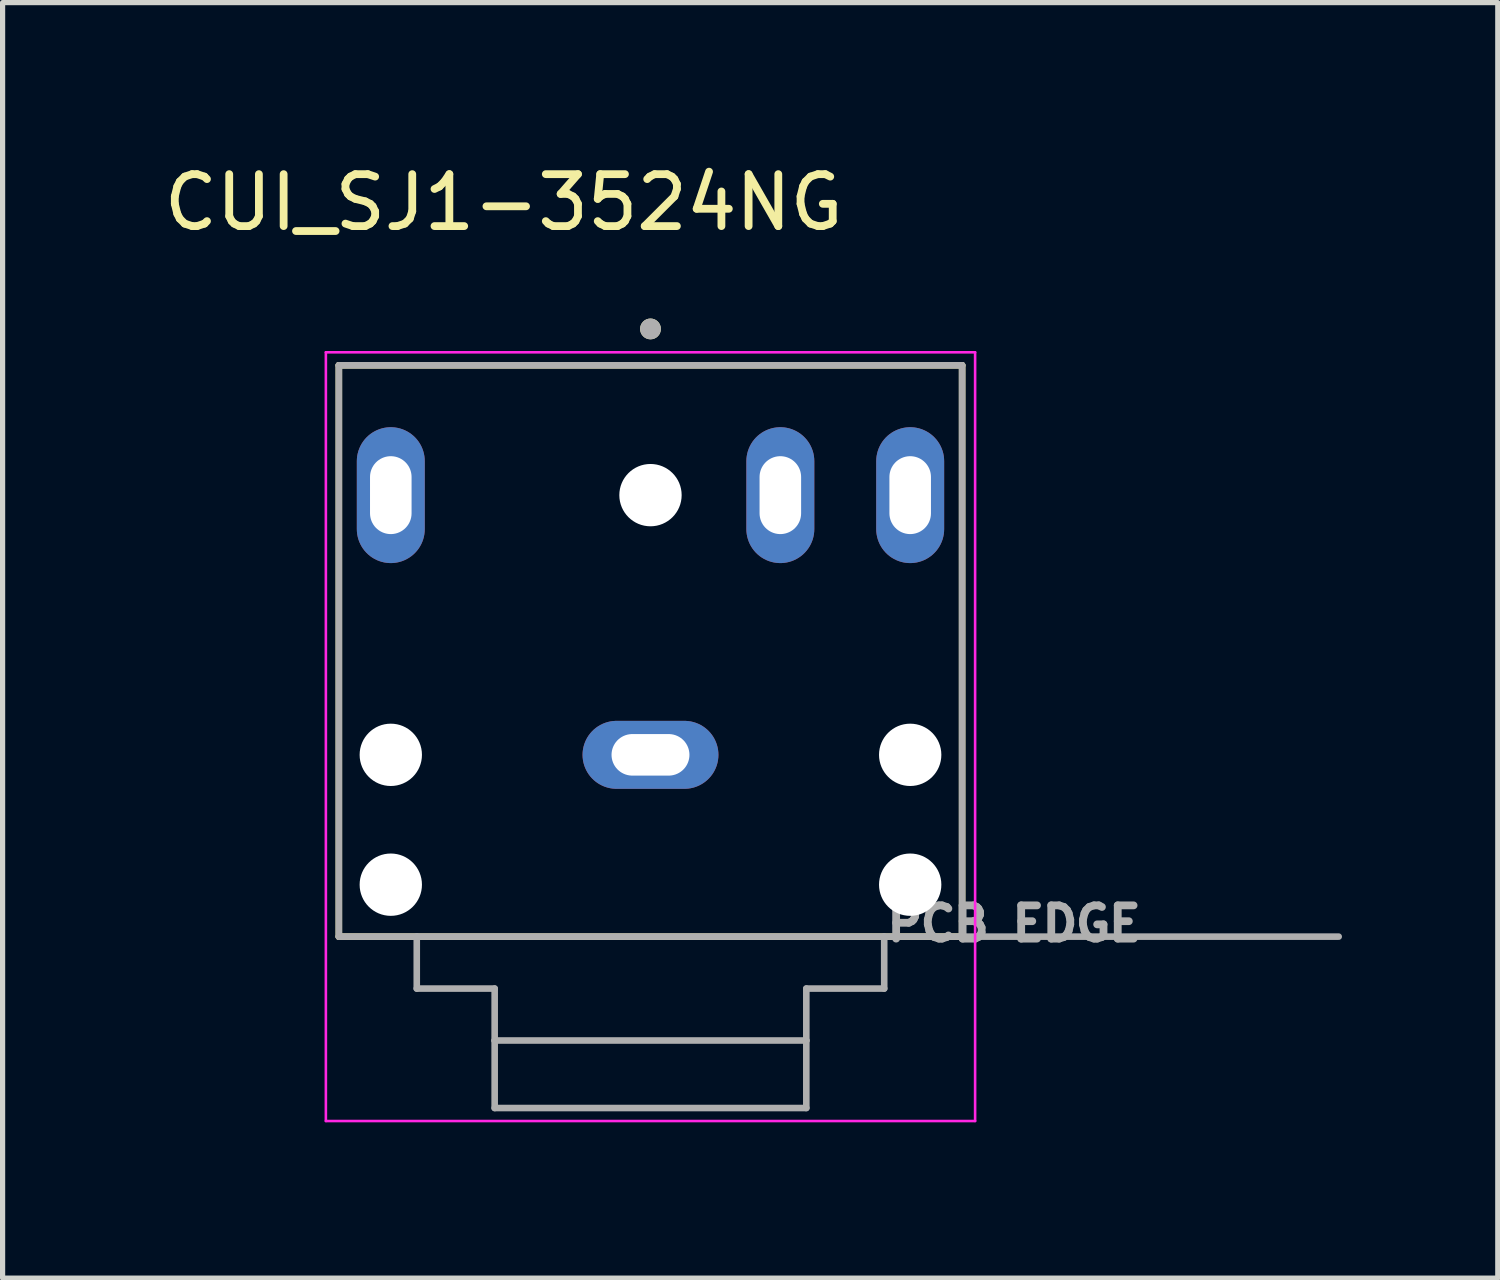
<source format=kicad_pcb>
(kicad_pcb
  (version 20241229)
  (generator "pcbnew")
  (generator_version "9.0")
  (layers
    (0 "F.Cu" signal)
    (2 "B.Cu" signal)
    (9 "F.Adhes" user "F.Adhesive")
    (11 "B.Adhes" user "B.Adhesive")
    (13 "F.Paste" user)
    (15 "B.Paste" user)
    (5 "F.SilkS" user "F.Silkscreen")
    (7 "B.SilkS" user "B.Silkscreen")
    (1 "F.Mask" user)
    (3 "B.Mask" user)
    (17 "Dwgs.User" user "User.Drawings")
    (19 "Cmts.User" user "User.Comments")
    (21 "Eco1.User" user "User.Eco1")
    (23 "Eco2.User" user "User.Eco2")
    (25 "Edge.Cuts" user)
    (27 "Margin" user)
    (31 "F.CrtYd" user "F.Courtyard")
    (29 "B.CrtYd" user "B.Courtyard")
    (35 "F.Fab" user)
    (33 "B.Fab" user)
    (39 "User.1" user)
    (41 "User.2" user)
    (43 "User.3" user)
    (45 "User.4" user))
  (footprint "CUI_SJ1-3524NG"
    (layer "F.Cu")
    (at 9.474 11.483)
    (property "Reference" "CUI_SJ1-3524NG" (at -2.825 -10.635 0) (layer "F.SilkS") (effects (font (size 1 1) (thickness 0.15))))
    (attr through_hole)
    (fp_line (start -6 -7.5) (end -6 3.5) (stroke (width 0.127) (type solid)) (layer "F.SilkS"))
    (fp_line (start -6 -7.5) (end 6 -7.5) (stroke (width 0.127) (type solid)) (layer "F.SilkS"))
    (fp_line (start -6 3.5) (end 6 3.5) (stroke (width 0.127) (type solid)) (layer "F.SilkS"))
    (fp_line (start 6 -7.5) (end 6 3.5) (stroke (width 0.127) (type solid)) (layer "F.SilkS"))
    (fp_circle (center 0 -8.2) (end 0.1 -8.2) (stroke (width 0.2) (type solid)) (fill no) (layer "F.SilkS"))
    (fp_line (start -6.25 -7.75) (end -6.25 7.05) (stroke (width 0.05) (type solid)) (layer "F.CrtYd"))
    (fp_line (start -6.25 7.05) (end 6.25 7.05) (stroke (width 0.05) (type solid)) (layer "F.CrtYd"))
    (fp_line (start 6.25 -7.75) (end -6.25 -7.75) (stroke (width 0.05) (type solid)) (layer "F.CrtYd"))
    (fp_line (start 6.25 7.05) (end 6.25 -7.75) (stroke (width 0.05) (type solid)) (layer "F.CrtYd"))
    (fp_line (start -6 -7.5) (end -6 3.5) (stroke (width 0.127) (type solid)) (layer "F.Fab"))
    (fp_line (start -6 -7.5) (end 6 -7.5) (stroke (width 0.127) (type solid)) (layer "F.Fab"))
    (fp_line (start -6 3.5) (end -4.5 3.5) (stroke (width 0.127) (type solid)) (layer "F.Fab"))
    (fp_line (start -4.5 3.5) (end -4.5 4.5) (stroke (width 0.127) (type solid)) (layer "F.Fab"))
    (fp_line (start -4.5 3.5) (end 4.5 3.5) (stroke (width 0.127) (type solid)) (layer "F.Fab"))
    (fp_line (start -4.5 4.5) (end -3 4.5) (stroke (width 0.127) (type solid)) (layer "F.Fab"))
    (fp_line (start -3 4.5) (end -3 5.5) (stroke (width 0.127) (type solid)) (layer "F.Fab"))
    (fp_line (start -3 5.5) (end -3 6.8) (stroke (width 0.127) (type solid)) (layer "F.Fab"))
    (fp_line (start -3 5.5) (end 3 5.5) (stroke (width 0.127) (type solid)) (layer "F.Fab"))
    (fp_line (start -3 6.8) (end 3 6.8) (stroke (width 0.127) (type solid)) (layer "F.Fab"))
    (fp_line (start 3 4.5) (end 4.5 4.5) (stroke (width 0.127) (type solid)) (layer "F.Fab"))
    (fp_line (start 3 5.5) (end 3 4.5) (stroke (width 0.127) (type solid)) (layer "F.Fab"))
    (fp_line (start 3 6.8) (end 3 5.5) (stroke (width 0.127) (type solid)) (layer "F.Fab"))
    (fp_line (start 4.5 3.5) (end 6 3.5) (stroke (width 0.127) (type solid)) (layer "F.Fab"))
    (fp_line (start 4.5 4.5) (end 4.5 3.5) (stroke (width 0.127) (type solid)) (layer "F.Fab"))
    (fp_line (start 6 -7.5) (end 6 3.5) (stroke (width 0.127) (type solid)) (layer "F.Fab"))
    (fp_line (start 6 3.5) (end 13.25 3.5) (stroke (width 0.127) (type solid)) (layer "F.Fab"))
    (fp_circle (center 0 -8.2) (end 0.1 -8.2) (stroke (width 0.2) (type solid)) (fill no) (layer "F.Fab"))
    (fp_text user "PCB EDGE" (at 7 3.25 0) (layer "F.Fab") (effects (font (size 0.64 0.64) (thickness 0.15))))
    (pad "" np_thru_hole circle (at -5 0) (size 1.2 1.2) (drill 1.2) (layers "*.Cu" "*.Mask"))
    (pad "" np_thru_hole circle (at -5 2.5) (size 1.2 1.2) (drill 1.2) (layers "*.Cu" "*.Mask"))
    (pad "" np_thru_hole circle (at 0 -5) (size 1.2 1.2) (drill 1.2) (layers "*.Cu" "*.Mask"))
    (pad "" np_thru_hole circle (at 5 0) (size 1.2 1.2) (drill 1.2) (layers "*.Cu" "*.Mask"))
    (pad "" np_thru_hole circle (at 5 2.5) (size 1.2 1.2) (drill 1.2) (layers "*.Cu" "*.Mask"))
    (pad "1" thru_hole oval (at 0 0) (size 2.616 1.308) (drill oval 1.5 0.8) (layers "*.Cu" "*.Mask"))
    (pad "2" thru_hole oval (at 5 -5) (size 1.308 2.616) (drill oval 0.8 1.5) (layers "*.Cu" "*.Mask"))
    (pad "3" thru_hole oval (at -5 -5) (size 1.308 2.616) (drill oval 0.8 1.5) (layers "*.Cu" "*.Mask"))
    (pad "10" thru_hole oval (at 2.5 -5) (size 1.308 2.616) (drill oval 0.8 1.5) (layers "*.Cu" "*.Mask")))
  (gr_rect
    (start -3 -3)
    (end 25.787 21.558)
    (stroke (width 0.1) (type default))
    (fill no)
    (layer "Edge.Cuts")))
</source>
